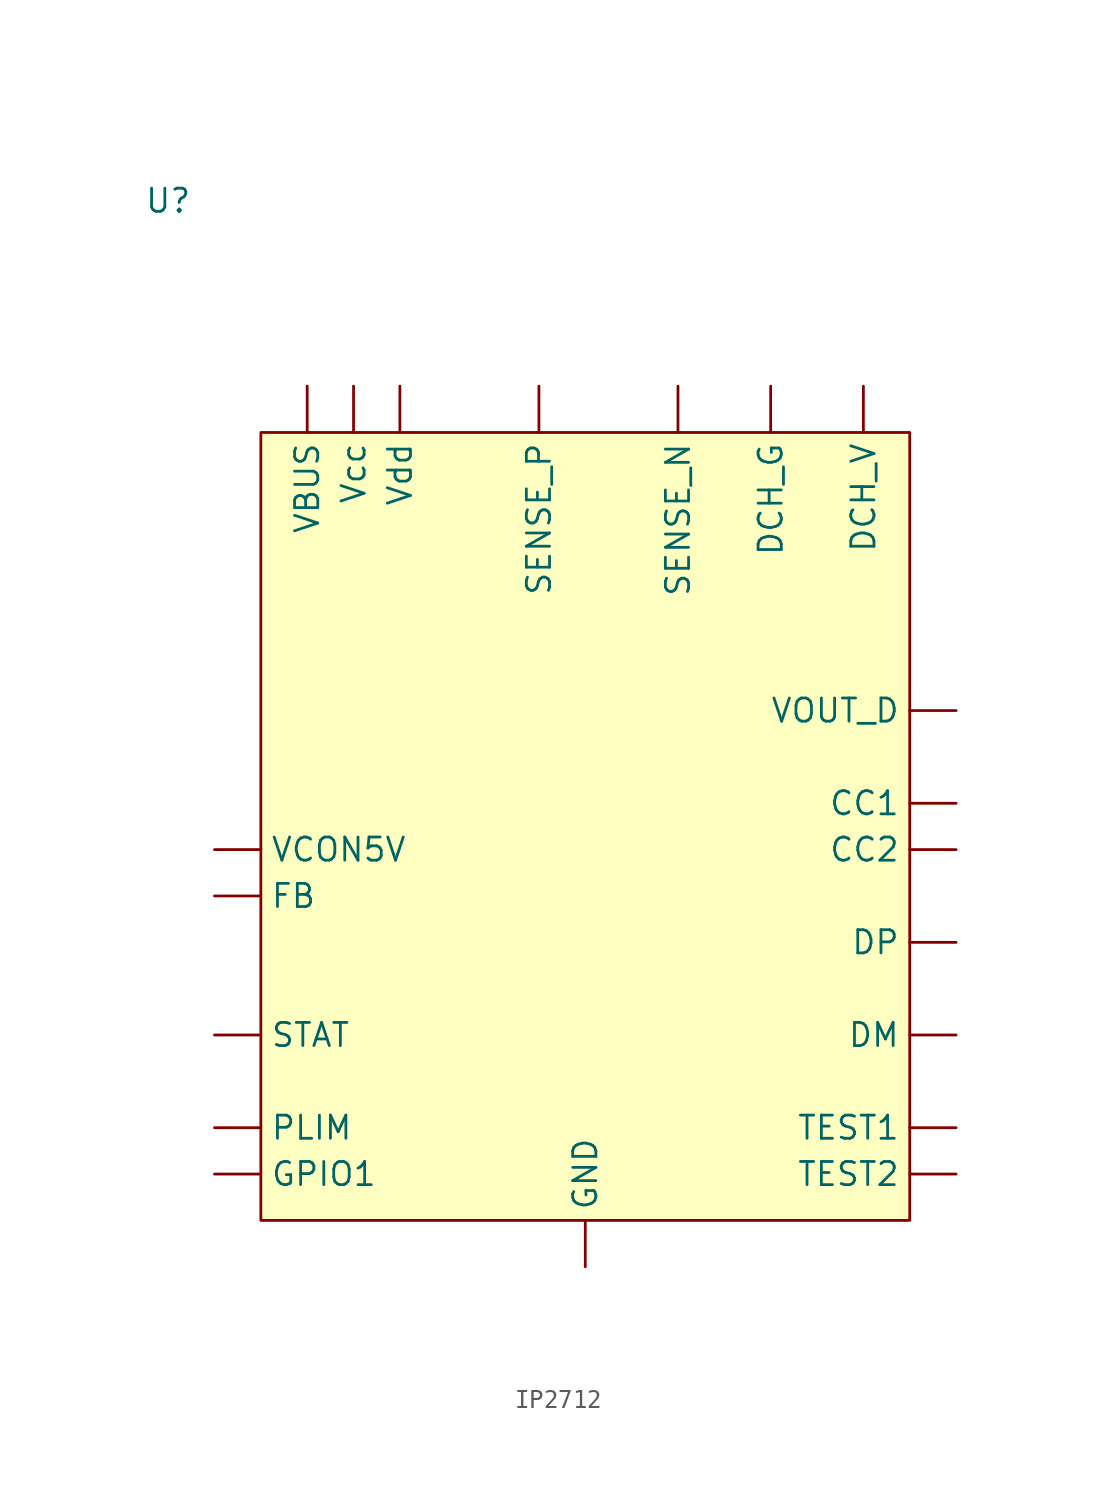
<source format=kicad_sym>
(kicad_symbol_lib
  (version 20220914)
  (generator kicad_symbol_editor)
  (symbol "IP2712"
    (property "Reference" "U"
      (at -20.32 35.56 0)
      (effects (font (size 1.27 1.27))))
    (property "Value" ""
      (at -6.35 27.305 0)
      (effects (font (size 1.27 1.27))))
    (symbol "IP2712_1_1"
      (rectangle (start -15.24 22.86) (end 20.32 -20.32) (stroke (width 0) (type default)) (fill (type background)))
      (pin input line (at 22.86 2.54 180) (length 2.54) (name "CC1" (effects (font (size 1.27 1.27)))) (number "" (effects (font (size 1.27 1.27)))))
      (pin input line (at 22.86 0 180) (length 2.54) (name "CC2" (effects (font (size 1.27 1.27)))) (number "" (effects (font (size 1.27 1.27)))))
      (pin input line (at 12.7 25.4 270) (length 2.54) (name "DCH_G" (effects (font (size 1.27 1.27)))) (number "" (effects (font (size 1.27 1.27)))))
      (pin input line (at 17.78 25.4 270) (length 2.54) (name "DCH_V" (effects (font (size 1.27 1.27)))) (number "" (effects (font (size 1.27 1.27)))))
      (pin input line (at 22.86 -10.16 180) (length 2.54) (name "DM" (effects (font (size 1.27 1.27)))) (number "" (effects (font (size 1.27 1.27)))))
      (pin input line (at 22.86 -5.08 180) (length 2.54) (name "DP" (effects (font (size 1.27 1.27)))) (number "" (effects (font (size 1.27 1.27)))))
      (pin input line (at -17.78 -2.54 0) (length 2.54) (name "FB" (effects (font (size 1.27 1.27)))) (number "" (effects (font (size 1.27 1.27)))))
      (pin input line (at 2.54 -22.86 90) (length 2.54) (name "GND" (effects (font (size 1.27 1.27)))) (number "" (effects (font (size 1.27 1.27)))))
      (pin input line (at -17.78 -17.78 0) (length 2.54) (name "GPIO1" (effects (font (size 1.27 1.27)))) (number "" (effects (font (size 1.27 1.27)))))
      (pin input line (at -17.78 -15.24 0) (length 2.54) (name "PLIM" (effects (font (size 1.27 1.27)))) (number "" (effects (font (size 1.27 1.27)))))
      (pin input line (at 7.62 25.4 270) (length 2.54) (name "SENSE_N" (effects (font (size 1.27 1.27)))) (number "" (effects (font (size 1.27 1.27)))))
      (pin input line (at 0 25.4 270) (length 2.54) (name "SENSE_P" (effects (font (size 1.27 1.27)))) (number "" (effects (font (size 1.27 1.27)))))
      (pin input line (at -17.78 -10.16 0) (length 2.54) (name "STAT" (effects (font (size 1.27 1.27)))) (number "" (effects (font (size 1.27 1.27)))))
      (pin input line (at 22.86 -15.24 180) (length 2.54) (name "TEST1" (effects (font (size 1.27 1.27)))) (number "" (effects (font (size 1.27 1.27)))))
      (pin input line (at 22.86 -17.78 180) (length 2.54) (name "TEST2" (effects (font (size 1.27 1.27)))) (number "" (effects (font (size 1.27 1.27)))))
      (pin input line (at -12.7 25.4 270) (length 2.54) (name "VBUS" (effects (font (size 1.27 1.27)))) (number "" (effects (font (size 1.27 1.27)))))
      (pin input line (at -17.78 0 0) (length 2.54) (name "VCON5V" (effects (font (size 1.27 1.27)))) (number "" (effects (font (size 1.27 1.27)))))
      (pin input line (at 22.86 7.62 180) (length 2.54) (name "VOUT_D" (effects (font (size 1.27 1.27)))) (number "" (effects (font (size 1.27 1.27)))))
      (pin input line (at -10.16 25.4 270) (length 2.54) (name "Vcc" (effects (font (size 1.27 1.27)))) (number "" (effects (font (size 1.27 1.27)))))
      (pin input line (at -7.62 25.4 270) (length 2.54) (name "Vdd" (effects (font (size 1.27 1.27)))) (number "" (effects (font (size 1.27 1.27))))))))
</source>
